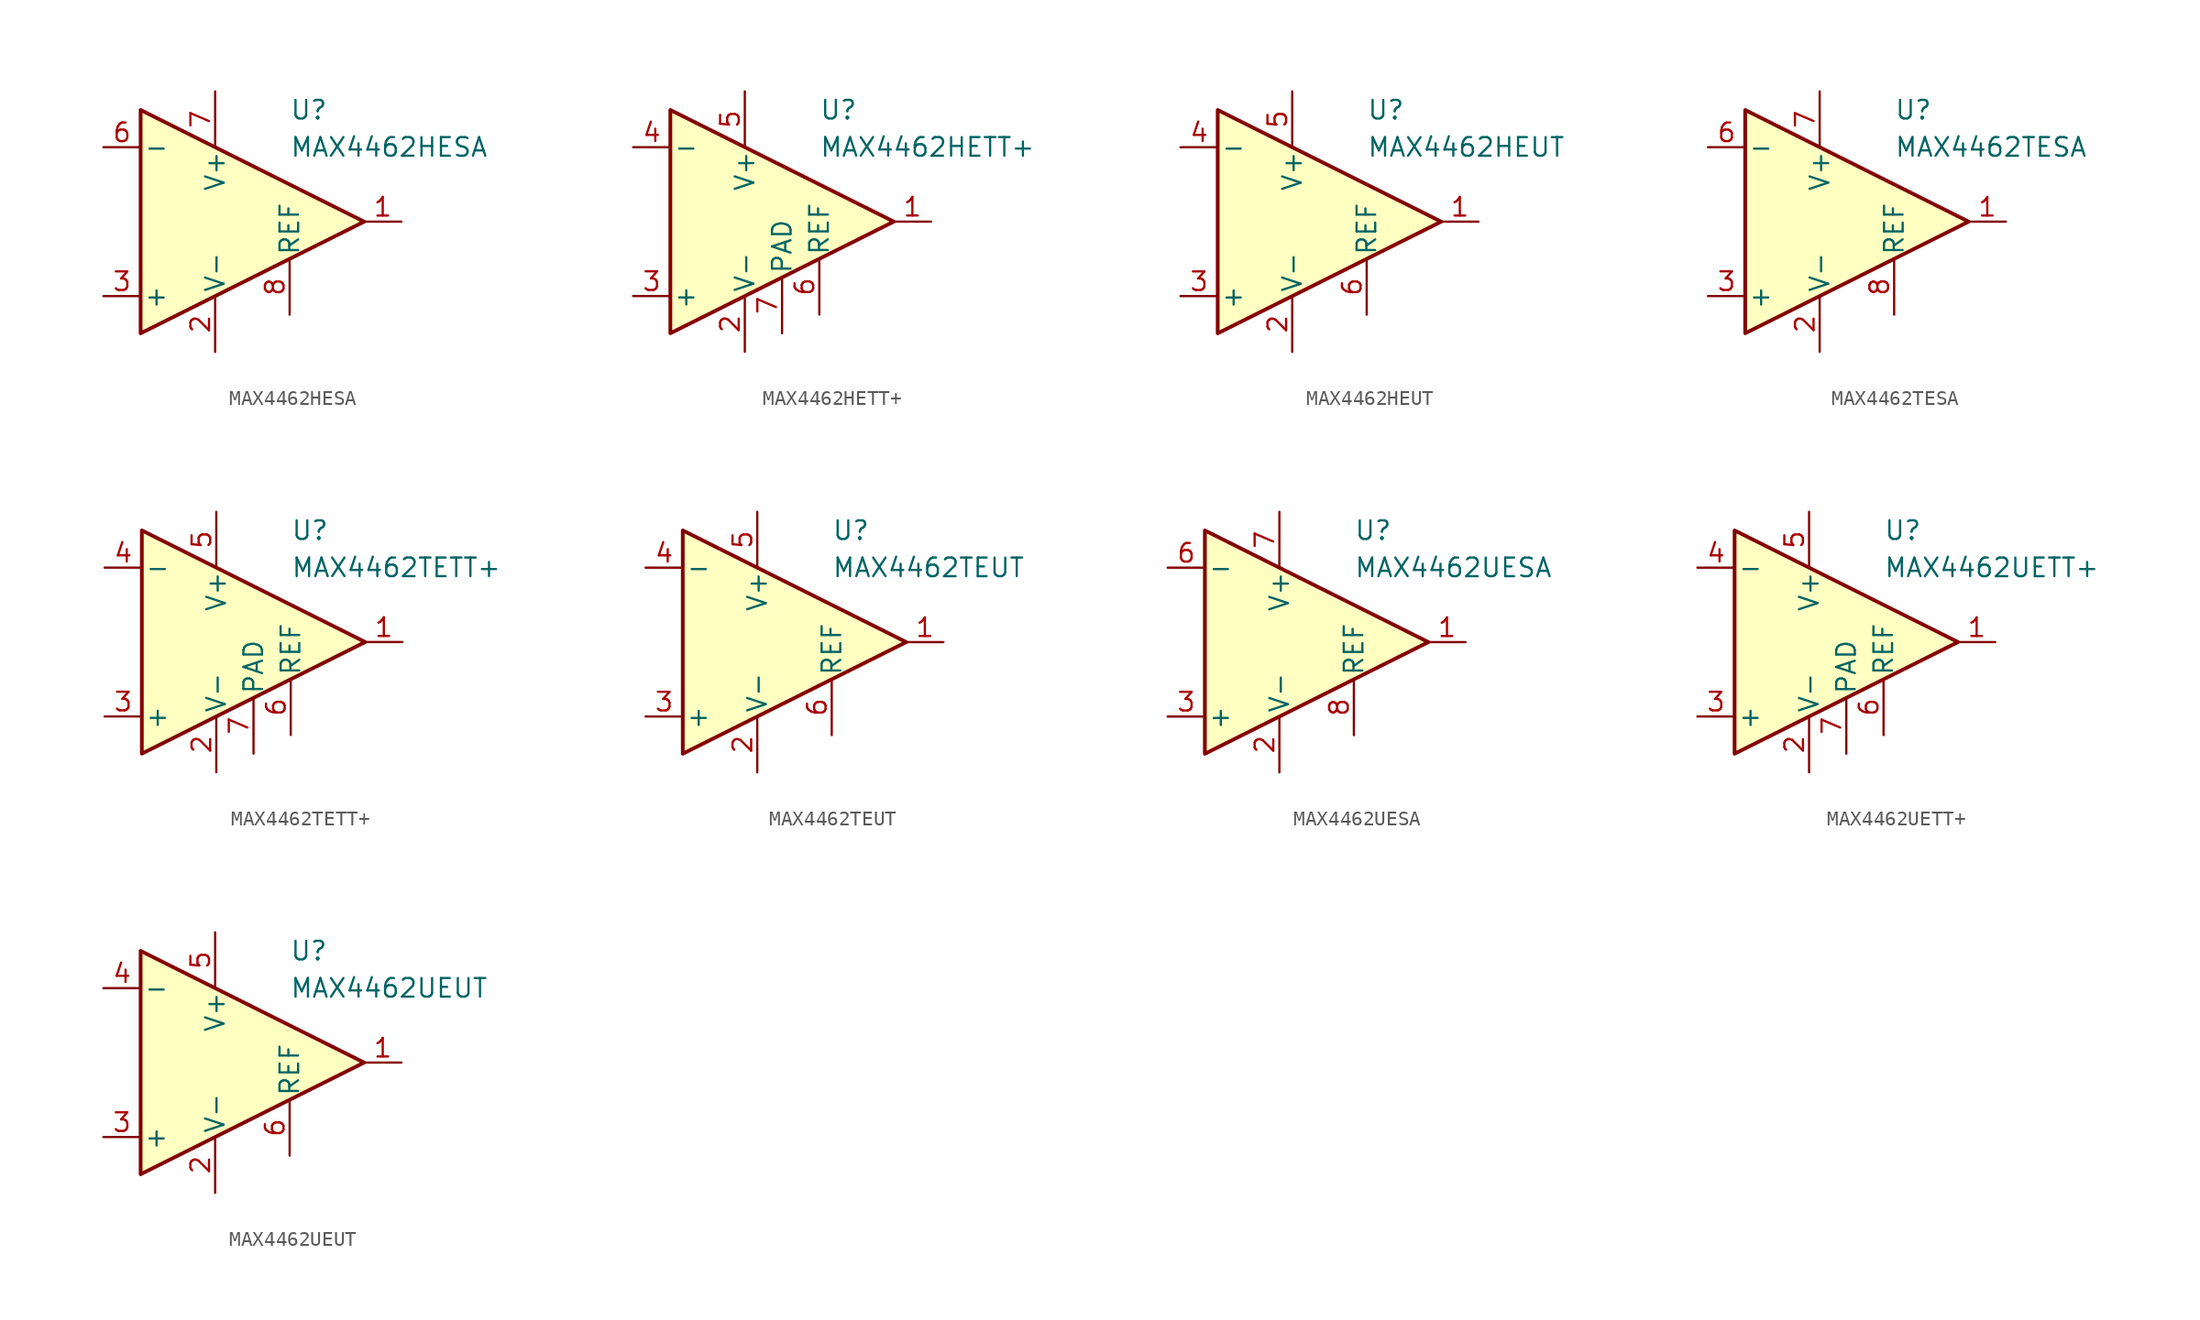
<source format=kicad_sym>
(kicad_symbol_lib
  (version 20231120)
  (generator "kicad_symbol_editor")
  (generator_version "8.0")
  (symbol "MAX4462HESA"
    (pin_names
      (offset 0.2))
    (property "Reference" "U"
      (at 6.35 7.62 0)
      (effects (font (size 1.27 1.27)) (justify left)))
    (property "Value" "MAX4462HESA"
      (at 6.35 5.08 0)
      (effects (font (size 1.27 1.27)) (justify left)))
    (symbol "MAX4462HESA_0_1"
      (polyline (pts (xy -3.81 7.62) (xy -3.81 -7.62) (xy 11.43 0) (xy -3.81 7.62)) (stroke (width 0.254) (type default)) (fill (type background))))
    (symbol "MAX4462HESA_1_1"
      (pin output line (at 13.97 0 180) (length 2.54) (name "~" (effects (font (size 1.27 1.27)))) (number "1" (effects (font (size 1.27 1.27)))))
      (pin power_in line (at 1.27 -8.89 90) (length 3.81) (name "V-" (effects (font (size 1.27 1.27)))) (number "2" (effects (font (size 1.27 1.27)))))
      (pin input line (at -6.35 -5.08 0) (length 2.54) (name "+" (effects (font (size 1.27 1.27)))) (number "3" (effects (font (size 1.27 1.27)))))
      (pin free line (at -1.27 1.27 0) (length 2.54) hide (name "NC" (effects (font (size 1.27 1.27)))) (number "4" (effects (font (size 1.27 1.27)))))
      (pin free line (at -1.27 -1.27 0) (length 2.54) hide (name "NC" (effects (font (size 1.27 1.27)))) (number "5" (effects (font (size 1.27 1.27)))))
      (pin input line (at -6.35 5.08 0) (length 2.54) (name "-" (effects (font (size 1.27 1.27)))) (number "6" (effects (font (size 1.27 1.27)))))
      (pin power_in line (at 1.27 8.89 270) (length 3.81) (name "V+" (effects (font (size 1.27 1.27)))) (number "7" (effects (font (size 1.27 1.27)))))
      (pin input line (at 6.35 -6.35 90) (length 3.81) (name "REF" (effects (font (size 1.27 1.27)))) (number "8" (effects (font (size 1.27 1.27)))))))
  (symbol "MAX4462HETT+"
    (pin_names
      (offset 0.2))
    (property "Reference" "U"
      (at 6.35 7.62 0)
      (effects (font (size 1.27 1.27)) (justify left)))
    (property "Value" "MAX4462HETT+"
      (at 6.35 5.08 0)
      (effects (font (size 1.27 1.27)) (justify left)))
    (symbol "MAX4462HETT+_0_1"
      (polyline (pts (xy -3.81 7.62) (xy -3.81 -7.62) (xy 11.43 0) (xy -3.81 7.62)) (stroke (width 0.254) (type default)) (fill (type background))))
    (symbol "MAX4462HETT+_1_1"
      (pin output line (at 13.97 0 180) (length 2.54) (name "~" (effects (font (size 1.27 1.27)))) (number "1" (effects (font (size 1.27 1.27)))))
      (pin power_in line (at 1.27 -8.89 90) (length 3.81) (name "V-" (effects (font (size 1.27 1.27)))) (number "2" (effects (font (size 1.27 1.27)))))
      (pin input line (at -6.35 -5.08 0) (length 2.54) (name "+" (effects (font (size 1.27 1.27)))) (number "3" (effects (font (size 1.27 1.27)))))
      (pin input line (at -6.35 5.08 0) (length 2.54) (name "-" (effects (font (size 1.27 1.27)))) (number "4" (effects (font (size 1.27 1.27)))))
      (pin power_in line (at 1.27 8.89 270) (length 3.81) (name "V+" (effects (font (size 1.27 1.27)))) (number "5" (effects (font (size 1.27 1.27)))))
      (pin input line (at 6.35 -6.35 90) (length 3.81) (name "REF" (effects (font (size 1.27 1.27)))) (number "6" (effects (font (size 1.27 1.27)))))
      (pin power_in line (at 3.81 -7.62 90) (length 3.81) (name "PAD" (effects (font (size 1.27 1.27)))) (number "7" (effects (font (size 1.27 1.27)))))))
  (symbol "MAX4462HEUT"
    (pin_names
      (offset 0.2))
    (property "Reference" "U"
      (at 6.35 7.62 0)
      (effects (font (size 1.27 1.27)) (justify left)))
    (property "Value" "MAX4462HEUT"
      (at 6.35 5.08 0)
      (effects (font (size 1.27 1.27)) (justify left)))
    (symbol "MAX4462HEUT_0_1"
      (polyline (pts (xy -3.81 7.62) (xy -3.81 -7.62) (xy 11.43 0) (xy -3.81 7.62)) (stroke (width 0.254) (type default)) (fill (type background))))
    (symbol "MAX4462HEUT_1_1"
      (pin output line (at 13.97 0 180) (length 2.54) (name "~" (effects (font (size 1.27 1.27)))) (number "1" (effects (font (size 1.27 1.27)))))
      (pin power_in line (at 1.27 -8.89 90) (length 3.81) (name "V-" (effects (font (size 1.27 1.27)))) (number "2" (effects (font (size 1.27 1.27)))))
      (pin input line (at -6.35 -5.08 0) (length 2.54) (name "+" (effects (font (size 1.27 1.27)))) (number "3" (effects (font (size 1.27 1.27)))))
      (pin input line (at -6.35 5.08 0) (length 2.54) (name "-" (effects (font (size 1.27 1.27)))) (number "4" (effects (font (size 1.27 1.27)))))
      (pin power_in line (at 1.27 8.89 270) (length 3.81) (name "V+" (effects (font (size 1.27 1.27)))) (number "5" (effects (font (size 1.27 1.27)))))
      (pin input line (at 6.35 -6.35 90) (length 3.81) (name "REF" (effects (font (size 1.27 1.27)))) (number "6" (effects (font (size 1.27 1.27)))))))
  (symbol "MAX4462TESA"
    (pin_names
      (offset 0.2))
    (property "Reference" "U"
      (at 6.35 7.62 0)
      (effects (font (size 1.27 1.27)) (justify left)))
    (property "Value" "MAX4462TESA"
      (at 6.35 5.08 0)
      (effects (font (size 1.27 1.27)) (justify left)))
    (symbol "MAX4462TESA_0_1"
      (polyline (pts (xy -3.81 7.62) (xy -3.81 -7.62) (xy 11.43 0) (xy -3.81 7.62)) (stroke (width 0.254) (type default)) (fill (type background))))
    (symbol "MAX4462TESA_1_1"
      (pin output line (at 13.97 0 180) (length 2.54) (name "~" (effects (font (size 1.27 1.27)))) (number "1" (effects (font (size 1.27 1.27)))))
      (pin power_in line (at 1.27 -8.89 90) (length 3.81) (name "V-" (effects (font (size 1.27 1.27)))) (number "2" (effects (font (size 1.27 1.27)))))
      (pin input line (at -6.35 -5.08 0) (length 2.54) (name "+" (effects (font (size 1.27 1.27)))) (number "3" (effects (font (size 1.27 1.27)))))
      (pin free line (at -1.27 1.27 0) (length 2.54) hide (name "NC" (effects (font (size 1.27 1.27)))) (number "4" (effects (font (size 1.27 1.27)))))
      (pin free line (at -1.27 -1.27 0) (length 2.54) hide (name "NC" (effects (font (size 1.27 1.27)))) (number "5" (effects (font (size 1.27 1.27)))))
      (pin input line (at -6.35 5.08 0) (length 2.54) (name "-" (effects (font (size 1.27 1.27)))) (number "6" (effects (font (size 1.27 1.27)))))
      (pin power_in line (at 1.27 8.89 270) (length 3.81) (name "V+" (effects (font (size 1.27 1.27)))) (number "7" (effects (font (size 1.27 1.27)))))
      (pin input line (at 6.35 -6.35 90) (length 3.81) (name "REF" (effects (font (size 1.27 1.27)))) (number "8" (effects (font (size 1.27 1.27)))))))
  (symbol "MAX4462TETT+"
    (pin_names
      (offset 0.2))
    (property "Reference" "U"
      (at 6.35 7.62 0)
      (effects (font (size 1.27 1.27)) (justify left)))
    (property "Value" "MAX4462TETT+"
      (at 6.35 5.08 0)
      (effects (font (size 1.27 1.27)) (justify left)))
    (symbol "MAX4462TETT+_0_1"
      (polyline (pts (xy -3.81 7.62) (xy -3.81 -7.62) (xy 11.43 0) (xy -3.81 7.62)) (stroke (width 0.254) (type default)) (fill (type background))))
    (symbol "MAX4462TETT+_1_1"
      (pin output line (at 13.97 0 180) (length 2.54) (name "~" (effects (font (size 1.27 1.27)))) (number "1" (effects (font (size 1.27 1.27)))))
      (pin power_in line (at 1.27 -8.89 90) (length 3.81) (name "V-" (effects (font (size 1.27 1.27)))) (number "2" (effects (font (size 1.27 1.27)))))
      (pin input line (at -6.35 -5.08 0) (length 2.54) (name "+" (effects (font (size 1.27 1.27)))) (number "3" (effects (font (size 1.27 1.27)))))
      (pin input line (at -6.35 5.08 0) (length 2.54) (name "-" (effects (font (size 1.27 1.27)))) (number "4" (effects (font (size 1.27 1.27)))))
      (pin power_in line (at 1.27 8.89 270) (length 3.81) (name "V+" (effects (font (size 1.27 1.27)))) (number "5" (effects (font (size 1.27 1.27)))))
      (pin input line (at 6.35 -6.35 90) (length 3.81) (name "REF" (effects (font (size 1.27 1.27)))) (number "6" (effects (font (size 1.27 1.27)))))
      (pin power_in line (at 3.81 -7.62 90) (length 3.81) (name "PAD" (effects (font (size 1.27 1.27)))) (number "7" (effects (font (size 1.27 1.27)))))))
  (symbol "MAX4462TEUT"
    (pin_names
      (offset 0.2))
    (property "Reference" "U"
      (at 6.35 7.62 0)
      (effects (font (size 1.27 1.27)) (justify left)))
    (property "Value" "MAX4462TEUT"
      (at 6.35 5.08 0)
      (effects (font (size 1.27 1.27)) (justify left)))
    (symbol "MAX4462TEUT_0_1"
      (polyline (pts (xy -3.81 7.62) (xy -3.81 -7.62) (xy 11.43 0) (xy -3.81 7.62)) (stroke (width 0.254) (type default)) (fill (type background))))
    (symbol "MAX4462TEUT_1_1"
      (pin output line (at 13.97 0 180) (length 2.54) (name "~" (effects (font (size 1.27 1.27)))) (number "1" (effects (font (size 1.27 1.27)))))
      (pin power_in line (at 1.27 -8.89 90) (length 3.81) (name "V-" (effects (font (size 1.27 1.27)))) (number "2" (effects (font (size 1.27 1.27)))))
      (pin input line (at -6.35 -5.08 0) (length 2.54) (name "+" (effects (font (size 1.27 1.27)))) (number "3" (effects (font (size 1.27 1.27)))))
      (pin input line (at -6.35 5.08 0) (length 2.54) (name "-" (effects (font (size 1.27 1.27)))) (number "4" (effects (font (size 1.27 1.27)))))
      (pin power_in line (at 1.27 8.89 270) (length 3.81) (name "V+" (effects (font (size 1.27 1.27)))) (number "5" (effects (font (size 1.27 1.27)))))
      (pin input line (at 6.35 -6.35 90) (length 3.81) (name "REF" (effects (font (size 1.27 1.27)))) (number "6" (effects (font (size 1.27 1.27)))))))
  (symbol "MAX4462UESA"
    (pin_names
      (offset 0.2))
    (property "Reference" "U"
      (at 6.35 7.62 0)
      (effects (font (size 1.27 1.27)) (justify left)))
    (property "Value" "MAX4462UESA"
      (at 6.35 5.08 0)
      (effects (font (size 1.27 1.27)) (justify left)))
    (symbol "MAX4462UESA_0_1"
      (polyline (pts (xy -3.81 7.62) (xy -3.81 -7.62) (xy 11.43 0) (xy -3.81 7.62)) (stroke (width 0.254) (type default)) (fill (type background))))
    (symbol "MAX4462UESA_1_1"
      (pin output line (at 13.97 0 180) (length 2.54) (name "~" (effects (font (size 1.27 1.27)))) (number "1" (effects (font (size 1.27 1.27)))))
      (pin power_in line (at 1.27 -8.89 90) (length 3.81) (name "V-" (effects (font (size 1.27 1.27)))) (number "2" (effects (font (size 1.27 1.27)))))
      (pin input line (at -6.35 -5.08 0) (length 2.54) (name "+" (effects (font (size 1.27 1.27)))) (number "3" (effects (font (size 1.27 1.27)))))
      (pin free line (at -1.27 1.27 0) (length 2.54) hide (name "NC" (effects (font (size 1.27 1.27)))) (number "4" (effects (font (size 1.27 1.27)))))
      (pin free line (at -1.27 -1.27 0) (length 2.54) hide (name "NC" (effects (font (size 1.27 1.27)))) (number "5" (effects (font (size 1.27 1.27)))))
      (pin input line (at -6.35 5.08 0) (length 2.54) (name "-" (effects (font (size 1.27 1.27)))) (number "6" (effects (font (size 1.27 1.27)))))
      (pin power_in line (at 1.27 8.89 270) (length 3.81) (name "V+" (effects (font (size 1.27 1.27)))) (number "7" (effects (font (size 1.27 1.27)))))
      (pin input line (at 6.35 -6.35 90) (length 3.81) (name "REF" (effects (font (size 1.27 1.27)))) (number "8" (effects (font (size 1.27 1.27)))))))
  (symbol "MAX4462UETT+"
    (pin_names
      (offset 0.2))
    (property "Reference" "U"
      (at 6.35 7.62 0)
      (effects (font (size 1.27 1.27)) (justify left)))
    (property "Value" "MAX4462UETT+"
      (at 6.35 5.08 0)
      (effects (font (size 1.27 1.27)) (justify left)))
    (symbol "MAX4462UETT+_0_1"
      (polyline (pts (xy -3.81 7.62) (xy -3.81 -7.62) (xy 11.43 0) (xy -3.81 7.62)) (stroke (width 0.254) (type default)) (fill (type background))))
    (symbol "MAX4462UETT+_1_1"
      (pin output line (at 13.97 0 180) (length 2.54) (name "~" (effects (font (size 1.27 1.27)))) (number "1" (effects (font (size 1.27 1.27)))))
      (pin power_in line (at 1.27 -8.89 90) (length 3.81) (name "V-" (effects (font (size 1.27 1.27)))) (number "2" (effects (font (size 1.27 1.27)))))
      (pin input line (at -6.35 -5.08 0) (length 2.54) (name "+" (effects (font (size 1.27 1.27)))) (number "3" (effects (font (size 1.27 1.27)))))
      (pin input line (at -6.35 5.08 0) (length 2.54) (name "-" (effects (font (size 1.27 1.27)))) (number "4" (effects (font (size 1.27 1.27)))))
      (pin power_in line (at 1.27 8.89 270) (length 3.81) (name "V+" (effects (font (size 1.27 1.27)))) (number "5" (effects (font (size 1.27 1.27)))))
      (pin input line (at 6.35 -6.35 90) (length 3.81) (name "REF" (effects (font (size 1.27 1.27)))) (number "6" (effects (font (size 1.27 1.27)))))
      (pin power_in line (at 3.81 -7.62 90) (length 3.81) (name "PAD" (effects (font (size 1.27 1.27)))) (number "7" (effects (font (size 1.27 1.27)))))))
  (symbol "MAX4462UEUT"
    (pin_names
      (offset 0.2))
    (property "Reference" "U"
      (at 6.35 7.62 0)
      (effects (font (size 1.27 1.27)) (justify left)))
    (property "Value" "MAX4462UEUT"
      (at 6.35 5.08 0)
      (effects (font (size 1.27 1.27)) (justify left)))
    (symbol "MAX4462UEUT_0_1"
      (polyline (pts (xy -3.81 7.62) (xy -3.81 -7.62) (xy 11.43 0) (xy -3.81 7.62)) (stroke (width 0.254) (type default)) (fill (type background))))
    (symbol "MAX4462UEUT_1_1"
      (pin output line (at 13.97 0 180) (length 2.54) (name "~" (effects (font (size 1.27 1.27)))) (number "1" (effects (font (size 1.27 1.27)))))
      (pin power_in line (at 1.27 -8.89 90) (length 3.81) (name "V-" (effects (font (size 1.27 1.27)))) (number "2" (effects (font (size 1.27 1.27)))))
      (pin input line (at -6.35 -5.08 0) (length 2.54) (name "+" (effects (font (size 1.27 1.27)))) (number "3" (effects (font (size 1.27 1.27)))))
      (pin input line (at -6.35 5.08 0) (length 2.54) (name "-" (effects (font (size 1.27 1.27)))) (number "4" (effects (font (size 1.27 1.27)))))
      (pin power_in line (at 1.27 8.89 270) (length 3.81) (name "V+" (effects (font (size 1.27 1.27)))) (number "5" (effects (font (size 1.27 1.27)))))
      (pin input line (at 6.35 -6.35 90) (length 3.81) (name "REF" (effects (font (size 1.27 1.27)))) (number "6" (effects (font (size 1.27 1.27))))))))
</source>
